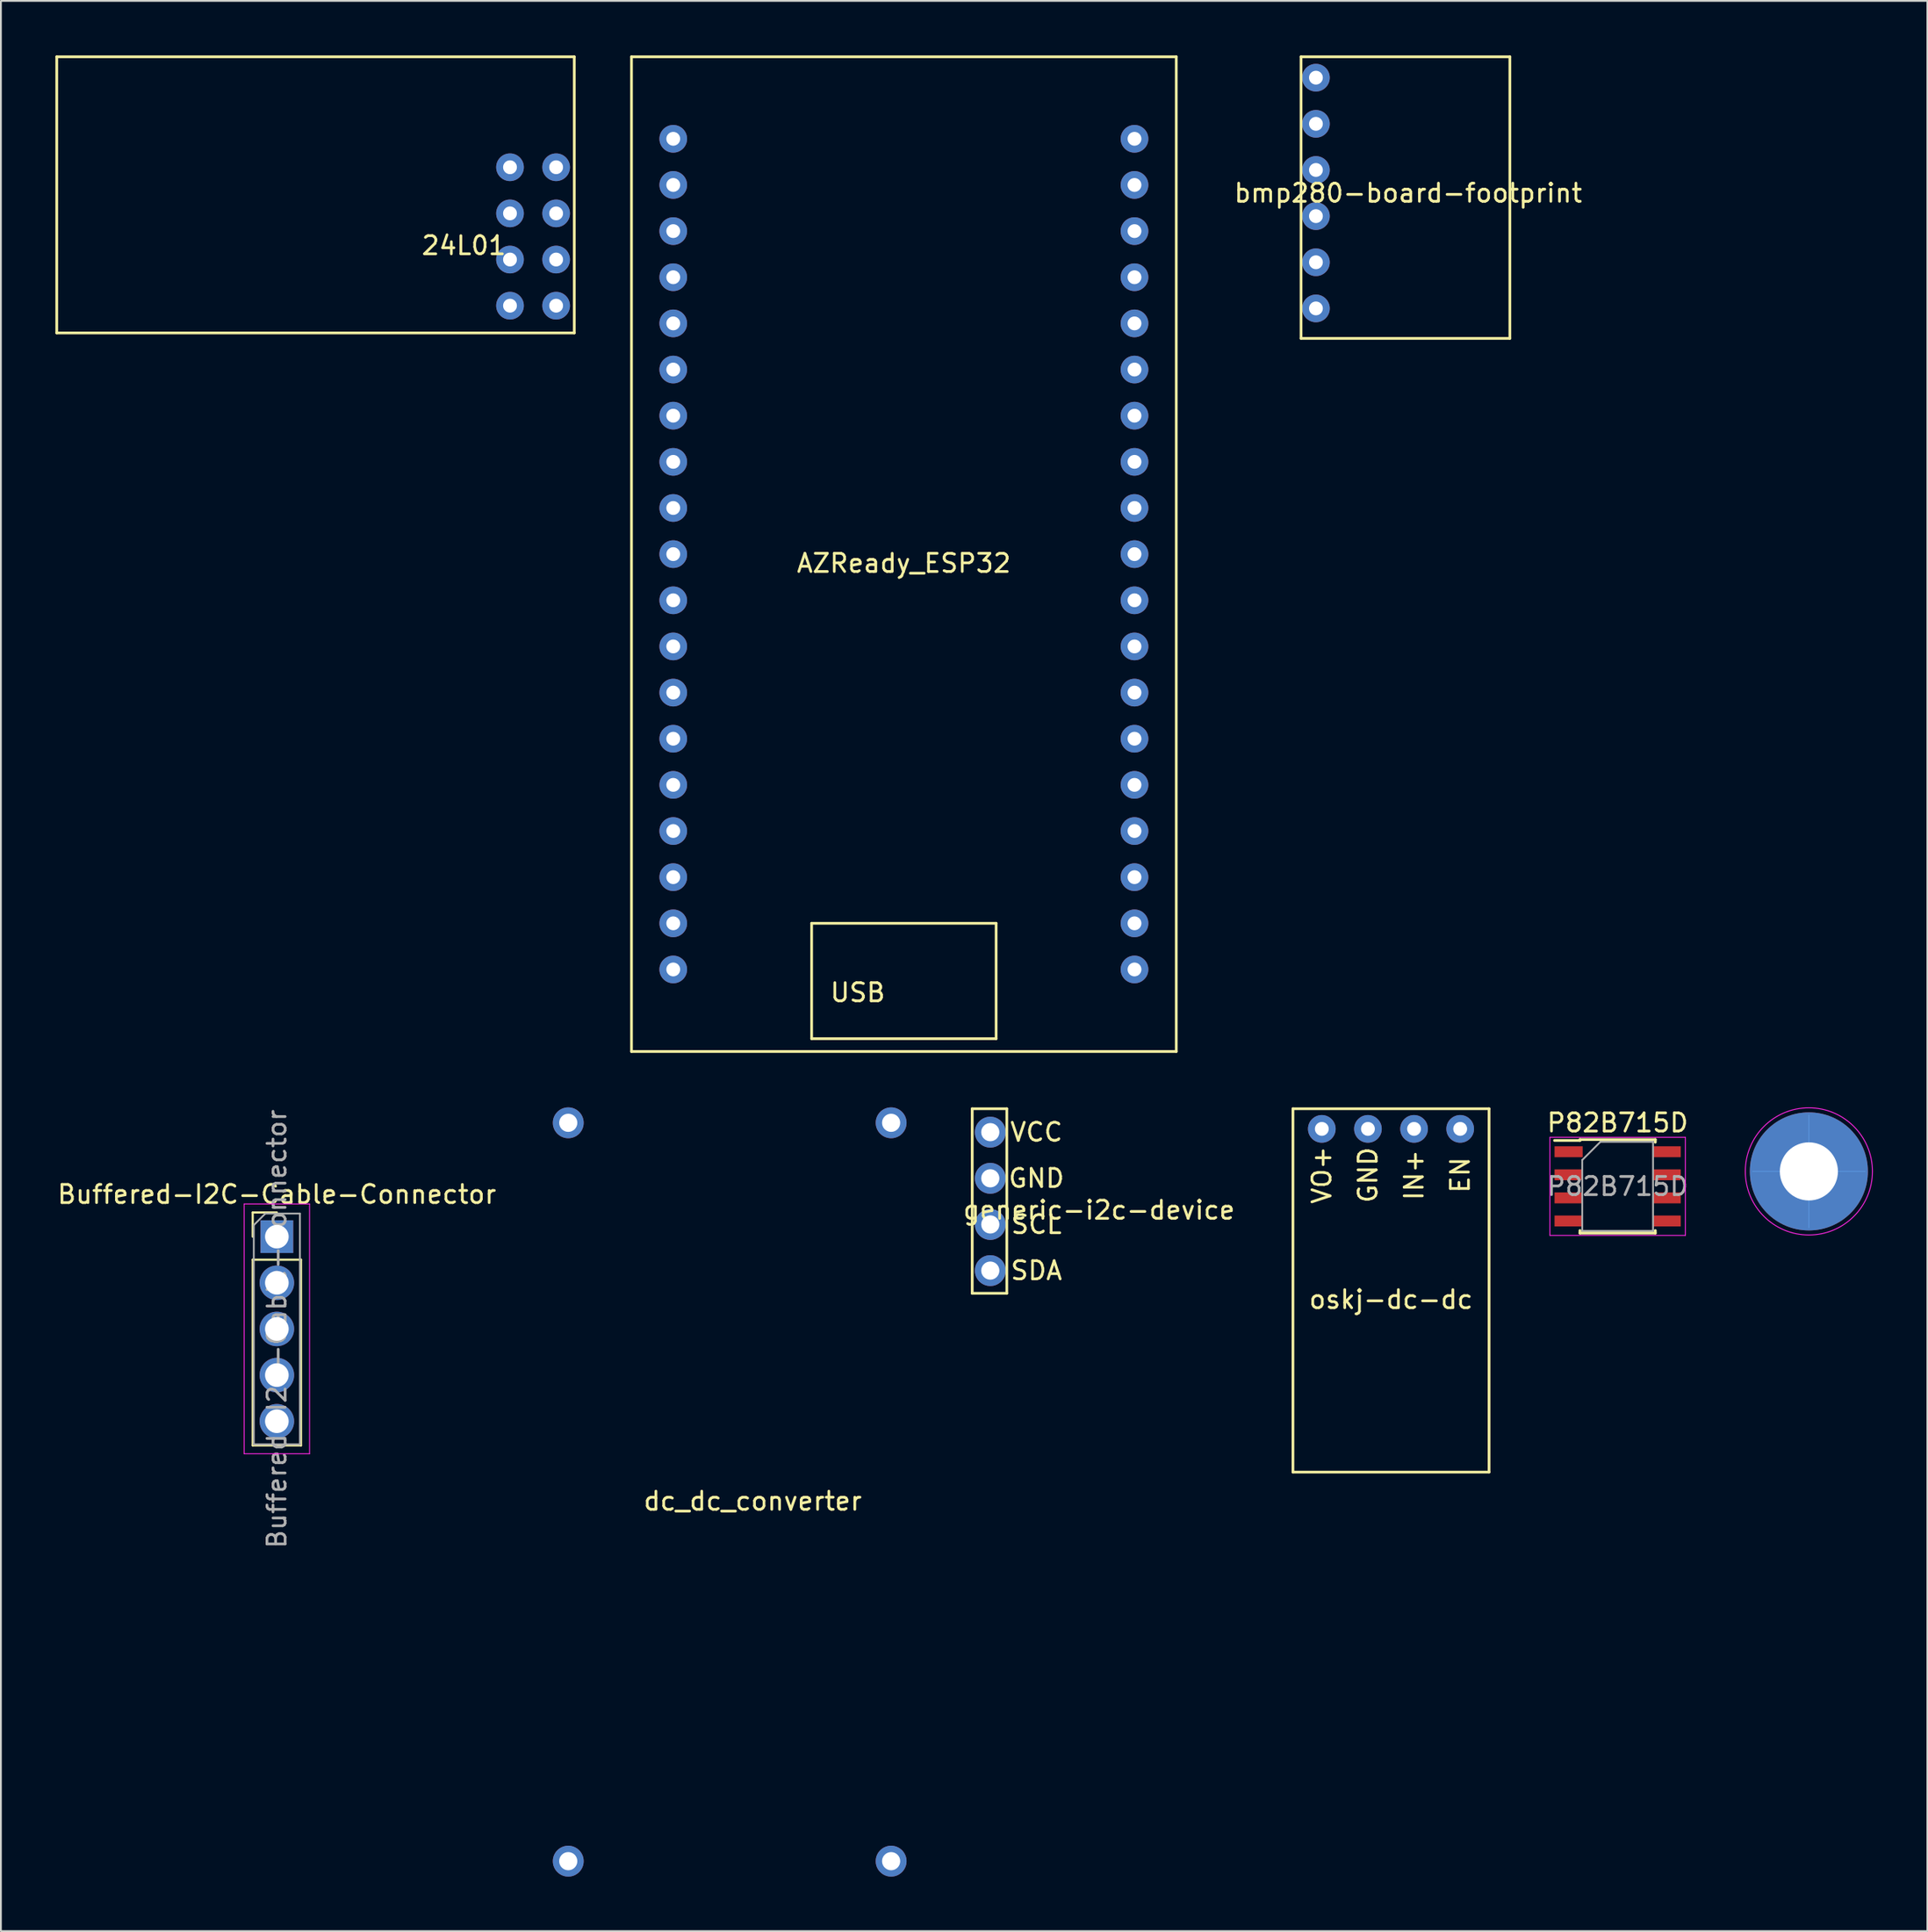
<source format=kicad_pcb>
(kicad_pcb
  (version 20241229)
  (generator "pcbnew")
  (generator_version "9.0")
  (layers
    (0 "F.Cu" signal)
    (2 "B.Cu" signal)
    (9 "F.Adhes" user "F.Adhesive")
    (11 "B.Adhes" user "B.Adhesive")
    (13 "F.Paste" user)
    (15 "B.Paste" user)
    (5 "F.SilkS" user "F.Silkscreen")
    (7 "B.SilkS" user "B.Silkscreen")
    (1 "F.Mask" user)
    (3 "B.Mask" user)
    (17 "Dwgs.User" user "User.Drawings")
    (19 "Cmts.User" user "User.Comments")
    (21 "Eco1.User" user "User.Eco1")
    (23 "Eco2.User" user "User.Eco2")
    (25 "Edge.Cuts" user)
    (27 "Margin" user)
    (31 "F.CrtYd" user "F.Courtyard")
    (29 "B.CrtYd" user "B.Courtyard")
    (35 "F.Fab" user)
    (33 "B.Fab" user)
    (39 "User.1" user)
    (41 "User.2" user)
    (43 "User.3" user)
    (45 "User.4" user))
  (footprint "z_MountPTH_3mm"
    (layer "F.Cu")
    (at 96.562 61.425)
    (property "Reference" "z_MountPTH_3mm" (at 0 0.125 0) (layer "F.Fab") (effects (font (size 0.1 0.1) (thickness 0.01))))
    (attr through_hole)
    (fp_line (start -3.1 0) (end 3.1 0) (stroke (width 0.05) (type solid)) (layer "Cmts.User"))
    (fp_line (start 0 -3.1) (end 0 3.1) (stroke (width 0.05) (type solid)) (layer "Cmts.User"))
    (fp_circle (center 0 0) (end 3.5 0) (stroke (width 0.05) (type solid)) (fill no) (layer "F.CrtYd"))
    (fp_text user "${REFERENCE}" (at 0 0 180) (layer "Eco1.User") (effects (font (size 0.3 0.3) (thickness 0.03))))
    (pad "1" thru_hole circle (at 0 0) (size 6.5 6.5) (drill 3.2) (layers "*.Cu" "*.Mask")))
  (footprint "24L01"
    (layer "F.Cu")
    (at 14.24 7.425)
    (property "Reference" "24L01" (at 8.255 3.04 0) (layer "F.SilkS") (effects (font (size 1 1) (thickness 0.15))))
    (attr through_hole)
    (fp_line (start -14.165 -7.35) (end -14.165 7.85) (stroke (width 0.15) (type solid)) (layer "F.SilkS"))
    (fp_line (start -14.165 7.85) (end 14.335 7.85) (stroke (width 0.15) (type solid)) (layer "F.SilkS"))
    (fp_line (start 14.335 -7.35) (end -14.165 -7.35) (stroke (width 0.15) (type solid)) (layer "F.SilkS"))
    (fp_line (start 14.335 7.85) (end 14.335 -7.35) (stroke (width 0.15) (type solid)) (layer "F.SilkS"))
    (pad "1" thru_hole circle (at 13.335 -1.27) (size 1.524 1.524) (drill 0.762) (layers "*.Cu" "*.Mask"))
    (pad "2" thru_hole circle (at 13.335 1.27) (size 1.524 1.524) (drill 0.762) (layers "*.Cu" "*.Mask"))
    (pad "3" thru_hole circle (at 13.335 3.81) (size 1.524 1.524) (drill 0.762) (layers "*.Cu" "*.Mask"))
    (pad "4" thru_hole circle (at 13.335 6.35) (size 1.524 1.524) (drill 0.762) (layers "*.Cu" "*.Mask"))
    (pad "5" thru_hole circle (at 10.795 -1.27) (size 1.524 1.524) (drill 0.762) (layers "*.Cu" "*.Mask"))
    (pad "6" thru_hole circle (at 10.795 1.27) (size 1.524 1.524) (drill 0.762) (layers "*.Cu" "*.Mask"))
    (pad "7" thru_hole circle (at 10.795 3.81) (size 1.524 1.524) (drill 0.762) (layers "*.Cu" "*.Mask"))
    (pad "8" thru_hole circle (at 10.795 6.35) (size 1.524 1.524) (drill 0.762) (layers "*.Cu" "*.Mask")))
  (footprint "generic-i2c-device"
    (layer "F.Cu")
    (at 57.474 63.055)
    (property "Reference" "generic-i2c-device" (at 0 0.5 0) (layer "F.SilkS") (effects (font (size 1 1) (thickness 0.15))))
    (attr through_hole)
    (fp_line (start -6.985 -5.08) (end -6.985 5.08) (stroke (width 0.15) (type solid)) (layer "F.SilkS"))
    (fp_line (start -6.985 5.08) (end -5.08 5.08) (stroke (width 0.15) (type solid)) (layer "F.SilkS"))
    (fp_line (start -5.08 -5.08) (end -6.985 -5.08) (stroke (width 0.15) (type solid)) (layer "F.SilkS"))
    (fp_line (start -5.08 5.08) (end -5.08 -5.08) (stroke (width 0.15) (type solid)) (layer "F.SilkS"))
    (fp_text user "VCC" (at -3.45 -3.79 0) (layer "F.SilkS") (effects (font (size 1 1) (thickness 0.15))))
    (fp_text user "GND" (at -3.45 -1.25 0) (layer "F.SilkS") (effects (font (size 1 1) (thickness 0.15))))
    (fp_text user "SCL" (at -3.45 1.29 0) (layer "F.SilkS") (effects (font (size 1 1) (thickness 0.15))))
    (fp_text user "SDA" (at -3.45 3.83 0) (layer "F.SilkS") (effects (font (size 1 1) (thickness 0.15))))
    (pad "1" thru_hole circle (at -5.99 -3.79) (size 1.7 1.7) (drill 1) (layers "*.Cu" "*.Mask"))
    (pad "2" thru_hole circle (at -5.99 -1.25) (size 1.7 1.7) (drill 1) (layers "*.Cu" "*.Mask"))
    (pad "3" thru_hole circle (at -5.99 1.29) (size 1.7 1.7) (drill 1) (layers "*.Cu" "*.Mask"))
    (pad "4" thru_hole circle (at -5.99 3.83) (size 1.7 1.7) (drill 1) (layers "*.Cu" "*.Mask")))
  (footprint "AZReady_ESP32"
    (layer "F.Cu")
    (at 46.725 27.45)
    (property "Reference" "AZReady_ESP32" (at 0 0.5 0) (layer "F.SilkS") (effects (font (size 1 1) (thickness 0.15))))
    (attr through_hole)
    (fp_line (start -15 -27.375) (end -15 27.375) (stroke (width 0.15) (type solid)) (layer "F.SilkS"))
    (fp_line (start -15 -27.375) (end 15 -27.375) (stroke (width 0.15) (type solid)) (layer "F.SilkS"))
    (fp_line (start -15 27.375) (end 15 27.375) (stroke (width 0.15) (type solid)) (layer "F.SilkS"))
    (fp_line (start -5.08 20.32) (end -5.08 26.67) (stroke (width 0.15) (type solid)) (layer "F.SilkS"))
    (fp_line (start -5.08 26.67) (end 5.08 26.67) (stroke (width 0.15) (type solid)) (layer "F.SilkS"))
    (fp_line (start 5.08 20.32) (end -5.08 20.32) (stroke (width 0.15) (type solid)) (layer "F.SilkS"))
    (fp_line (start 5.08 26.67) (end 5.08 20.32) (stroke (width 0.15) (type solid)) (layer "F.SilkS"))
    (fp_line (start 15 -27.375) (end 15 27.375) (stroke (width 0.15) (type solid)) (layer "F.SilkS"))
    (fp_text user "USB" (at -2.54 24.13 0) (layer "F.SilkS") (effects (font (size 1 1) (thickness 0.15))))
    (pad "1" thru_hole circle (at -12.7 -22.86) (size 1.524 1.524) (drill 0.762) (layers "*.Cu" "*.Mask"))
    (pad "2" thru_hole circle (at -12.7 -20.32) (size 1.524 1.524) (drill 0.762) (layers "*.Cu" "*.Mask"))
    (pad "3" thru_hole circle (at -12.7 -17.78) (size 1.524 1.524) (drill 0.762) (layers "*.Cu" "*.Mask"))
    (pad "4" thru_hole circle (at -12.7 -15.24) (size 1.524 1.524) (drill 0.762) (layers "*.Cu" "*.Mask"))
    (pad "5" thru_hole circle (at -12.7 -12.7) (size 1.524 1.524) (drill 0.762) (layers "*.Cu" "*.Mask"))
    (pad "6" thru_hole circle (at -12.7 -10.16) (size 1.524 1.524) (drill 0.762) (layers "*.Cu" "*.Mask"))
    (pad "7" thru_hole circle (at -12.7 -7.62) (size 1.524 1.524) (drill 0.762) (layers "*.Cu" "*.Mask"))
    (pad "8" thru_hole circle (at -12.7 -5.08) (size 1.524 1.524) (drill 0.762) (layers "*.Cu" "*.Mask"))
    (pad "9" thru_hole circle (at -12.7 -2.54) (size 1.524 1.524) (drill 0.762) (layers "*.Cu" "*.Mask"))
    (pad "10" thru_hole circle (at -12.7 0) (size 1.524 1.524) (drill 0.762) (layers "*.Cu" "*.Mask"))
    (pad "11" thru_hole circle (at -12.7 2.54) (size 1.524 1.524) (drill 0.762) (layers "*.Cu" "*.Mask"))
    (pad "12" thru_hole circle (at -12.7 5.08) (size 1.524 1.524) (drill 0.762) (layers "*.Cu" "*.Mask"))
    (pad "13" thru_hole circle (at -12.7 7.62) (size 1.524 1.524) (drill 0.762) (layers "*.Cu" "*.Mask"))
    (pad "14" thru_hole circle (at -12.7 10.16) (size 1.524 1.524) (drill 0.762) (layers "*.Cu" "*.Mask"))
    (pad "15" thru_hole circle (at -12.7 12.7) (size 1.524 1.524) (drill 0.762) (layers "*.Cu" "*.Mask"))
    (pad "16" thru_hole circle (at -12.7 15.24) (size 1.524 1.524) (drill 0.762) (layers "*.Cu" "*.Mask"))
    (pad "17" thru_hole circle (at -12.7 17.78) (size 1.524 1.524) (drill 0.762) (layers "*.Cu" "*.Mask"))
    (pad "18" thru_hole circle (at -12.7 20.32) (size 1.524 1.524) (drill 0.762) (layers "*.Cu" "*.Mask"))
    (pad "19" thru_hole circle (at -12.7 22.86) (size 1.524 1.524) (drill 0.762) (layers "*.Cu" "*.Mask"))
    (pad "20" thru_hole circle (at 12.7 22.86) (size 1.524 1.524) (drill 0.762) (layers "*.Cu" "*.Mask"))
    (pad "21" thru_hole circle (at 12.7 20.32) (size 1.524 1.524) (drill 0.762) (layers "*.Cu" "*.Mask"))
    (pad "22" thru_hole circle (at 12.7 17.78) (size 1.524 1.524) (drill 0.762) (layers "*.Cu" "*.Mask"))
    (pad "23" thru_hole circle (at 12.7 15.24) (size 1.524 1.524) (drill 0.762) (layers "*.Cu" "*.Mask"))
    (pad "24" thru_hole circle (at 12.7 12.7) (size 1.524 1.524) (drill 0.762) (layers "*.Cu" "*.Mask"))
    (pad "25" thru_hole circle (at 12.7 10.16) (size 1.524 1.524) (drill 0.762) (layers "*.Cu" "*.Mask"))
    (pad "26" thru_hole circle (at 12.7 7.62) (size 1.524 1.524) (drill 0.762) (layers "*.Cu" "*.Mask"))
    (pad "27" thru_hole circle (at 12.7 5.08) (size 1.524 1.524) (drill 0.762) (layers "*.Cu" "*.Mask"))
    (pad "28" thru_hole circle (at 12.7 2.54) (size 1.524 1.524) (drill 0.762) (layers "*.Cu" "*.Mask"))
    (pad "29" thru_hole circle (at 12.7 0) (size 1.524 1.524) (drill 0.762) (layers "*.Cu" "*.Mask"))
    (pad "30" thru_hole circle (at 12.7 -2.54) (size 1.524 1.524) (drill 0.762) (layers "*.Cu" "*.Mask"))
    (pad "31" thru_hole circle (at 12.7 -5.08) (size 1.524 1.524) (drill 0.762) (layers "*.Cu" "*.Mask"))
    (pad "32" thru_hole circle (at 12.7 -7.62) (size 1.524 1.524) (drill 0.762) (layers "*.Cu" "*.Mask"))
    (pad "33" thru_hole circle (at 12.7 -10.16) (size 1.524 1.524) (drill 0.762) (layers "*.Cu" "*.Mask"))
    (pad "34" thru_hole circle (at 12.7 -12.7) (size 1.524 1.524) (drill 0.762) (layers "*.Cu" "*.Mask"))
    (pad "35" thru_hole circle (at 12.7 -15.24) (size 1.524 1.524) (drill 0.762) (layers "*.Cu" "*.Mask"))
    (pad "36" thru_hole circle (at 12.7 -17.78) (size 1.524 1.524) (drill 0.762) (layers "*.Cu" "*.Mask"))
    (pad "37" thru_hole circle (at 12.7 -20.32) (size 1.524 1.524) (drill 0.762) (layers "*.Cu" "*.Mask"))
    (pad "38" thru_hole circle (at 12.7 -22.86) (size 1.524 1.524) (drill 0.762) (layers "*.Cu" "*.Mask")))
  (footprint "oskj-dc-dc"
    (layer "F.Cu")
    (at 73.55 67.975)
    (property "Reference" "oskj-dc-dc" (at 0 0.5 0) (layer "F.SilkS") (effects (font (size 1 1) (thickness 0.15))))
    (attr through_hole)
    (fp_line (start -5.4 -10) (end -5.4 10) (stroke (width 0.15) (type solid)) (layer "F.SilkS"))
    (fp_line (start -5.4 10) (end 5.4 10) (stroke (width 0.15) (type solid)) (layer "F.SilkS"))
    (fp_line (start 5.4 -10) (end -5.4 -10) (stroke (width 0.15) (type solid)) (layer "F.SilkS"))
    (fp_line (start 5.4 10) (end 5.4 -10) (stroke (width 0.15) (type solid)) (layer "F.SilkS"))
    (fp_text user "VO+" (at -3.81 -6.35 90) (layer "F.SilkS") (effects (font (size 1 1) (thickness 0.15))))
    (fp_text user "EN" (at 3.81 -6.35 90) (layer "F.SilkS") (effects (font (size 1 1) (thickness 0.15))))
    (fp_text user "GND" (at -1.27 -6.35 90) (layer "F.SilkS") (effects (font (size 1 1) (thickness 0.15))))
    (fp_text user "IN+" (at 1.27 -6.35 90) (layer "F.SilkS") (effects (font (size 1 1) (thickness 0.15))))
    (pad "1" thru_hole circle (at -3.81 -8.89) (size 1.524 1.524) (drill 0.762) (layers "*.Cu" "*.Mask"))
    (pad "2" thru_hole circle (at -1.27 -8.89) (size 1.524 1.524) (drill 0.762) (layers "*.Cu" "*.Mask"))
    (pad "3" thru_hole circle (at 1.27 -8.89) (size 1.524 1.524) (drill 0.762) (layers "*.Cu" "*.Mask"))
    (pad "4" thru_hole circle (at 3.81 -8.89) (size 1.524 1.524) (drill 0.762) (layers "*.Cu" "*.Mask")))
  (footprint "Buffered-I2C-Cable-Connector"
    (layer "F.Cu")
    (at 12.196 65.016)
    (property "Reference" "Buffered-I2C-Cable-Connector" (at 0 -2.33 0) (layer "F.SilkS") (effects (font (size 1 1) (thickness 0.15))))
    (attr through_hole)
    (fp_line (start -1.33 -1.33) (end 0 -1.33) (stroke (width 0.12) (type solid)) (layer "F.SilkS"))
    (fp_line (start -1.33 0) (end -1.33 -1.33) (stroke (width 0.12) (type solid)) (layer "F.SilkS"))
    (fp_line (start -1.33 1.27) (end -1.33 11.49) (stroke (width 0.12) (type solid)) (layer "F.SilkS"))
    (fp_line (start -1.33 1.27) (end 1.33 1.27) (stroke (width 0.12) (type solid)) (layer "F.SilkS"))
    (fp_line (start -1.33 11.49) (end 1.33 11.49) (stroke (width 0.12) (type solid)) (layer "F.SilkS"))
    (fp_line (start 1.33 1.27) (end 1.33 11.49) (stroke (width 0.12) (type solid)) (layer "F.SilkS"))
    (fp_line (start -1.8 -1.8) (end -1.8 11.95) (stroke (width 0.05) (type solid)) (layer "F.CrtYd"))
    (fp_line (start -1.8 11.95) (end 1.8 11.95) (stroke (width 0.05) (type solid)) (layer "F.CrtYd"))
    (fp_line (start 1.8 -1.8) (end -1.8 -1.8) (stroke (width 0.05) (type solid)) (layer "F.CrtYd"))
    (fp_line (start 1.8 11.95) (end 1.8 -1.8) (stroke (width 0.05) (type solid)) (layer "F.CrtYd"))
    (fp_line (start -1.27 -0.635) (end -0.635 -1.27) (stroke (width 0.1) (type solid)) (layer "F.Fab"))
    (fp_line (start -1.27 11.43) (end -1.27 -0.635) (stroke (width 0.1) (type solid)) (layer "F.Fab"))
    (fp_line (start -0.635 -1.27) (end 1.27 -1.27) (stroke (width 0.1) (type solid)) (layer "F.Fab"))
    (fp_line (start 1.27 -1.27) (end 1.27 11.43) (stroke (width 0.1) (type solid)) (layer "F.Fab"))
    (fp_line (start 1.27 11.43) (end -1.27 11.43) (stroke (width 0.1) (type solid)) (layer "F.Fab"))
    (fp_text user "${REFERENCE}" (at 0 5.08 90) (layer "F.Fab") (effects (font (size 1 1) (thickness 0.15))))
    (pad "1" thru_hole rect (at 0 0) (size 1.8 1.8) (drill 1.3) (layers "*.Cu" "*.Mask"))
    (pad "2" thru_hole oval (at 0 2.54) (size 1.9 1.9) (drill 1.3) (layers "*.Cu" "*.Mask"))
    (pad "3" thru_hole oval (at 0 5.08) (size 1.9 1.9) (drill 1.3) (layers "*.Cu" "*.Mask"))
    (pad "4" thru_hole oval (at 0 7.62) (size 1.9 1.9) (drill 1.3) (layers "*.Cu" "*.Mask"))
    (pad "5" thru_hole oval (at 0 10.16) (size 1.9 1.9) (drill 1.3) (layers "*.Cu" "*.Mask")))
  (footprint "dc_dc_converter"
    (layer "F.Cu")
    (at 37.133 79.07)
    (property "Reference" "dc_dc_converter" (at 1.27 0.5 0) (layer "F.SilkS") (effects (font (size 1 1) (thickness 0.15))))
    (attr through_hole)
    (pad "1" thru_hole circle (at 8.89 -20.32) (size 1.7 1.7) (drill 1) (layers "*.Cu" "*.Mask"))
    (pad "2" thru_hole circle (at -8.89 -20.32) (size 1.7 1.7) (drill 1) (layers "*.Cu" "*.Mask"))
    (pad "3" thru_hole circle (at 8.89 20.32) (size 1.7 1.7) (drill 1) (layers "*.Cu" "*.Mask"))
    (pad "4" thru_hole circle (at -8.89 20.32) (size 1.7 1.7) (drill 1) (layers "*.Cu" "*.Mask")))
  (footprint "P82B715D"
    (layer "F.Cu")
    (at 86.031 62.248)
    (property "Reference" "P82B715D" (at 0 -3.5 0) (layer "F.SilkS") (effects (font (size 1 1) (thickness 0.15))))
    (attr smd)
    (fp_line (start -2.075 -2.575) (end -2.075 -2.525) (stroke (width 0.15) (type solid)) (layer "F.SilkS"))
    (fp_line (start -2.075 -2.575) (end 2.075 -2.575) (stroke (width 0.15) (type solid)) (layer "F.SilkS"))
    (fp_line (start -2.075 -2.525) (end -3.475 -2.525) (stroke (width 0.15) (type solid)) (layer "F.SilkS"))
    (fp_line (start -2.075 2.575) (end -2.075 2.43) (stroke (width 0.15) (type solid)) (layer "F.SilkS"))
    (fp_line (start -2.075 2.575) (end 2.075 2.575) (stroke (width 0.15) (type solid)) (layer "F.SilkS"))
    (fp_line (start 2.075 -2.575) (end 2.075 -2.43) (stroke (width 0.15) (type solid)) (layer "F.SilkS"))
    (fp_line (start 2.075 2.575) (end 2.075 2.43) (stroke (width 0.15) (type solid)) (layer "F.SilkS"))
    (fp_line (start -3.73 -2.7) (end -3.73 2.7) (stroke (width 0.05) (type solid)) (layer "F.CrtYd"))
    (fp_line (start -3.73 -2.7) (end 3.73 -2.7) (stroke (width 0.05) (type solid)) (layer "F.CrtYd"))
    (fp_line (start -3.73 2.7) (end 3.73 2.7) (stroke (width 0.05) (type solid)) (layer "F.CrtYd"))
    (fp_line (start 3.73 -2.7) (end 3.73 2.7) (stroke (width 0.05) (type solid)) (layer "F.CrtYd"))
    (fp_line (start -1.95 -1.45) (end -0.95 -2.45) (stroke (width 0.1) (type solid)) (layer "F.Fab"))
    (fp_line (start -1.95 2.45) (end -1.95 -1.45) (stroke (width 0.1) (type solid)) (layer "F.Fab"))
    (fp_line (start -0.95 -2.45) (end 1.95 -2.45) (stroke (width 0.1) (type solid)) (layer "F.Fab"))
    (fp_line (start 1.95 -2.45) (end 1.95 2.45) (stroke (width 0.1) (type solid)) (layer "F.Fab"))
    (fp_line (start 1.95 2.45) (end -1.95 2.45) (stroke (width 0.1) (type solid)) (layer "F.Fab"))
    (fp_text user "${REFERENCE}" (at 0 0 0) (layer "F.Fab") (effects (font (size 1 1) (thickness 0.15))))
    (pad "1" smd rect (at -2.7 -1.905) (size 1.55 0.6) (layers "F.Cu" "F.Mask" "F.Paste"))
    (pad "2" smd rect (at -2.7 -0.635) (size 1.55 0.6) (layers "F.Cu" "F.Mask" "F.Paste"))
    (pad "3" smd rect (at -2.7 0.635) (size 1.55 0.6) (layers "F.Cu" "F.Mask" "F.Paste"))
    (pad "4" smd rect (at -2.7 1.905) (size 1.55 0.6) (layers "F.Cu" "F.Mask" "F.Paste"))
    (pad "5" smd rect (at 2.7 1.905) (size 1.55 0.6) (layers "F.Cu" "F.Mask" "F.Paste"))
    (pad "6" smd rect (at 2.7 0.635) (size 1.55 0.6) (layers "F.Cu" "F.Mask" "F.Paste"))
    (pad "7" smd rect (at 2.7 -0.635) (size 1.55 0.6) (layers "F.Cu" "F.Mask" "F.Paste"))
    (pad "8" smd rect (at 2.7 -1.905) (size 1.55 0.6) (layers "F.Cu" "F.Mask" "F.Paste")))
  (footprint "bmp280-board-footprint"
    (layer "F.Cu")
    (at 74.496 7.575)
    (property "Reference" "bmp280-board-footprint" (at 0 0 0) (layer "F.SilkS") (effects (font (size 1 1) (thickness 0.15))))
    (attr through_hole)
    (fp_line (start -5.9 -7.5) (end 5.6 -7.5) (stroke (width 0.15) (type solid)) (layer "F.SilkS"))
    (fp_line (start -5.9 8) (end -5.9 -7.5) (stroke (width 0.15) (type solid)) (layer "F.SilkS"))
    (fp_line (start 5.6 -7.5) (end 5.6 8) (stroke (width 0.15) (type solid)) (layer "F.SilkS"))
    (fp_line (start 5.6 8) (end -5.9 8) (stroke (width 0.15) (type solid)) (layer "F.SilkS"))
    (pad "1" thru_hole circle (at -5.08 -6.35) (size 1.524 1.524) (drill 0.762) (layers "*.Cu" "*.Mask"))
    (pad "2" thru_hole circle (at -5.08 -3.81) (size 1.524 1.524) (drill 0.762) (layers "*.Cu" "*.Mask"))
    (pad "3" thru_hole circle (at -5.08 -1.27) (size 1.524 1.524) (drill 0.762) (layers "*.Cu" "*.Mask"))
    (pad "4" thru_hole circle (at -5.08 1.27) (size 1.524 1.524) (drill 0.762) (layers "*.Cu" "*.Mask"))
    (pad "5" thru_hole circle (at -5.08 3.81) (size 1.524 1.524) (drill 0.762) (layers "*.Cu" "*.Mask"))
    (pad "6" thru_hole circle (at -5.08 6.35) (size 1.524 1.524) (drill 0.762) (layers "*.Cu" "*.Mask")))
  (gr_rect
    (start -3 -3)
    (end 103.087 103.24)
    (stroke (width 0.1) (type default))
    (fill no)
    (layer "Edge.Cuts")))
</source>
